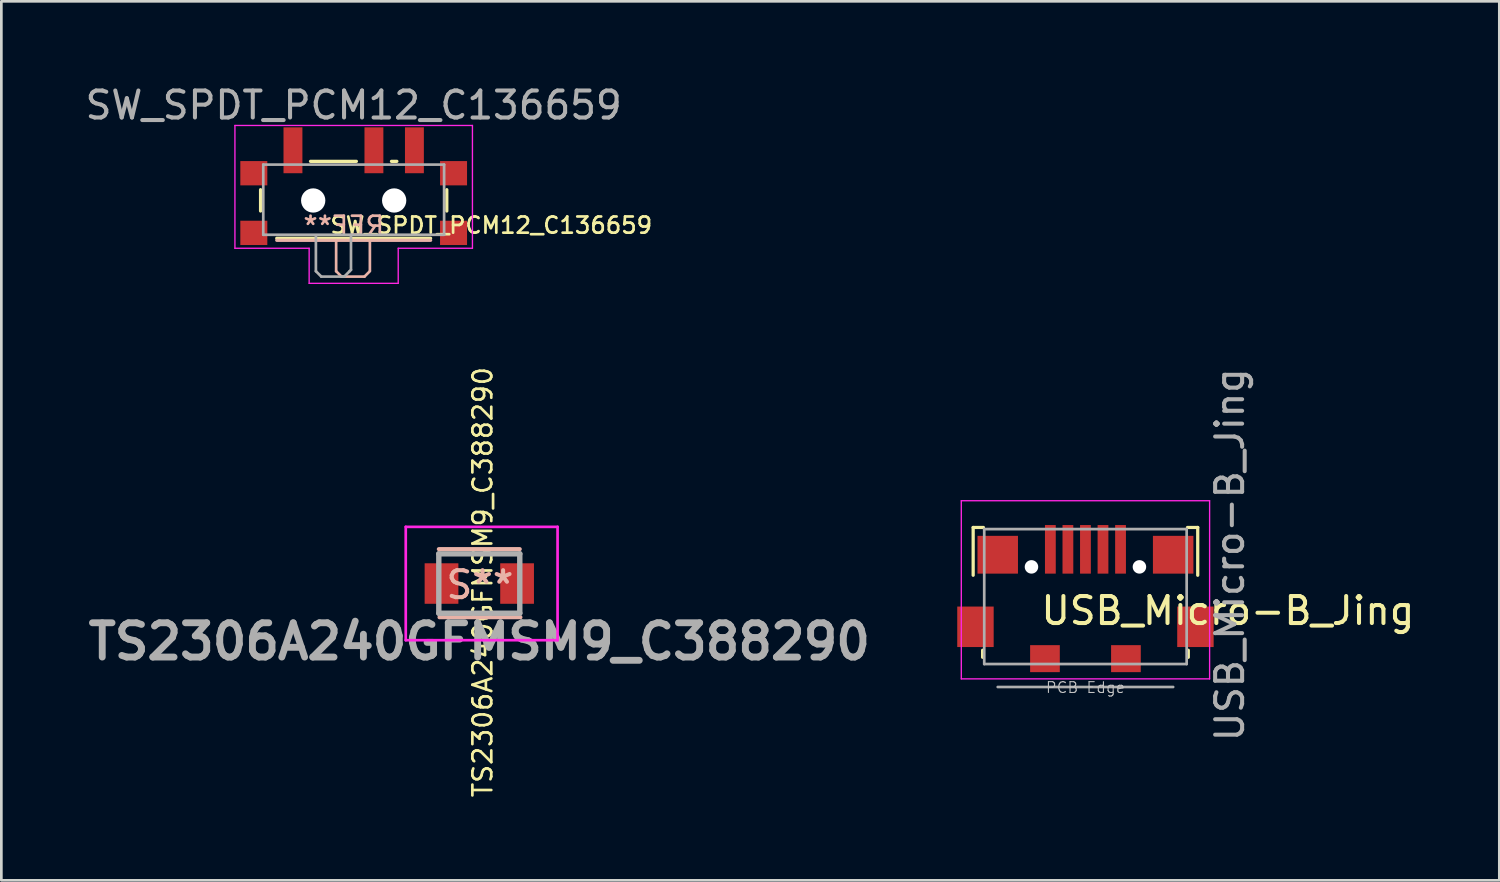
<source format=kicad_pcb>
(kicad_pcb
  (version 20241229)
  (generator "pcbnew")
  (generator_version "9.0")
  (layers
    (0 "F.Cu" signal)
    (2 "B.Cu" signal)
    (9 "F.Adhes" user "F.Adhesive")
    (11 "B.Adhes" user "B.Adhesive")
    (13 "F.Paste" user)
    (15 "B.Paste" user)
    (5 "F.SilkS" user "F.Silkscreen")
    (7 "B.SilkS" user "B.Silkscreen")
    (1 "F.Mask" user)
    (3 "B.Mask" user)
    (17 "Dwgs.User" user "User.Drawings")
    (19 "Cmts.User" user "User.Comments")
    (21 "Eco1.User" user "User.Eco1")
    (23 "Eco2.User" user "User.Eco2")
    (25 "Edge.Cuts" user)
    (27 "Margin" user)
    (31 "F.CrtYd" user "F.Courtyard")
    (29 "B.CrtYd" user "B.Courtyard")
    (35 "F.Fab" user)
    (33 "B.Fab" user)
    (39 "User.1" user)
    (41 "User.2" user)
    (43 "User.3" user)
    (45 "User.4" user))
  (footprint "TS2306A240GFMSM9_C388290"
    (layer "F.Cu")
    (at 14.708 18.57)
    (property "Reference" "TS2306A240GFMSM9_C388290" (at 0.125 -0.05 90) (unlocked yes) (layer "F.SilkS") (effects (font (size 0.7 0.7) (thickness 0.1))))
    (attr smd)
    (fp_line (start -1.5 -1.275) (end 1.5 -1.275) (stroke (width 0.15) (type solid)) (layer "B.SilkS"))
    (fp_line (start -1.475 1.25) (end 1.525 1.25) (stroke (width 0.15) (type solid)) (layer "B.SilkS"))
    (fp_line (start -2.725 -2.1) (end 2.9 -2.1) (stroke (width 0.1) (type solid)) (layer "F.CrtYd"))
    (fp_line (start -2.725 2.1) (end -2.725 -2.1) (stroke (width 0.1) (type solid)) (layer "F.CrtYd"))
    (fp_line (start 2.9 -2.1) (end 2.9 2.1) (stroke (width 0.1) (type solid)) (layer "F.CrtYd"))
    (fp_line (start 2.9 2.1) (end -2.725 2.1) (stroke (width 0.1) (type solid)) (layer "F.CrtYd"))
    (fp_line (start -1.5 -1.1) (end -1.5 1.1) (stroke (width 0.2) (type solid)) (layer "F.Fab"))
    (fp_line (start -1.5 1.1) (end 1.5 1.1) (stroke (width 0.2) (type solid)) (layer "F.Fab"))
    (fp_line (start 1.5 -1.1) (end -1.5 -1.1) (stroke (width 0.2) (type solid)) (layer "F.Fab"))
    (fp_line (start 1.5 1.1) (end 1.5 -1.1) (stroke (width 0.2) (type solid)) (layer "F.Fab"))
    (fp_text user "S**" (at 0.025 0.05 0) (layer "B.SilkS") (effects (font (size 1 1) (thickness 0.15))))
    (fp_text user "${REFERENCE}" (at 0 2.15 0) (layer "F.Fab") (effects (font (size 1.27 1.27) (thickness 0.254))))
    (pad "1" smd rect (at -1.4 0) (size 1.25 1.5) (layers "F.Cu" "F.Mask" "F.Paste"))
    (pad "2" smd rect (at 1.4 0) (size 1.25 1.5) (layers "F.Cu" "F.Mask" "F.Paste")))
  (footprint "SW_SPDT_PCM12_C136659"
    (layer "F.Cu")
    (at 10.054 4.348)
    (property "Reference" "SW_SPDT_PCM12_C136659" (at -0.925 0.95 0) (unlocked yes) (layer "F.SilkS") (effects (font (size 0.6 0.6) (thickness 0.1)) (justify left)))
    (attr smd)
    (fp_line (start -3.45 -0.37) (end -3.45 0.42) (stroke (width 0.12) (type solid)) (layer "F.SilkS"))
    (fp_line (start -2.85 1.43) (end 2.85 1.43) (stroke (width 0.12) (type solid)) (layer "F.SilkS"))
    (fp_line (start -1.6 -1.42) (end 0.1 -1.42) (stroke (width 0.12) (type solid)) (layer "F.SilkS"))
    (fp_line (start 1.4 -1.42) (end 1.6 -1.42) (stroke (width 0.12) (type solid)) (layer "F.SilkS"))
    (fp_line (start 3.45 0.42) (end 3.45 -0.37) (stroke (width 0.12) (type solid)) (layer "F.SilkS"))
    (fp_line (start -2.85 1.505) (end 2.85 1.505) (stroke (width 0.12) (type solid)) (layer "B.SilkS"))
    (fp_line (start -0.65 1.5) (end -0.65 2.65) (stroke (width 0.1) (type solid)) (layer "B.SilkS"))
    (fp_line (start -0.65 2.65) (end -0.45 2.85) (stroke (width 0.1) (type solid)) (layer "B.SilkS"))
    (fp_line (start -0.45 2.85) (end 0.4 2.85) (stroke (width 0.1) (type solid)) (layer "B.SilkS"))
    (fp_line (start 0.4 2.85) (end 0.6 2.65) (stroke (width 0.1) (type solid)) (layer "B.SilkS"))
    (fp_line (start 0.6 2.625) (end 0.6 1.5) (stroke (width 0.1) (type solid)) (layer "B.SilkS"))
    (fp_line (start -4.4 -2.75) (end 4.4 -2.75) (stroke (width 0.05) (type solid)) (layer "F.CrtYd"))
    (fp_line (start -4.4 1.8) (end -4.4 -2.75) (stroke (width 0.05) (type solid)) (layer "F.CrtYd"))
    (fp_line (start -1.65 1.8) (end -4.4 1.8) (stroke (width 0.05) (type solid)) (layer "F.CrtYd"))
    (fp_line (start -1.65 3.1) (end -1.65 1.8) (stroke (width 0.05) (type solid)) (layer "F.CrtYd"))
    (fp_line (start 1.65 1.8) (end 1.65 3.1) (stroke (width 0.05) (type solid)) (layer "F.CrtYd"))
    (fp_line (start 1.65 3.1) (end -1.65 3.1) (stroke (width 0.05) (type solid)) (layer "F.CrtYd"))
    (fp_line (start 4.4 -2.75) (end 4.4 1.8) (stroke (width 0.05) (type solid)) (layer "F.CrtYd"))
    (fp_line (start 4.4 1.8) (end 1.65 1.8) (stroke (width 0.05) (type solid)) (layer "F.CrtYd"))
    (fp_line (start -3.35 -1.3) (end -3.35 1.3) (stroke (width 0.1) (type solid)) (layer "F.Fab"))
    (fp_line (start -3.35 1.3) (end 3.35 1.3) (stroke (width 0.1) (type solid)) (layer "F.Fab"))
    (fp_line (start -1.4 1.35) (end -1.4 2.65) (stroke (width 0.1) (type solid)) (layer "F.Fab"))
    (fp_line (start -1.4 2.65) (end -1.2 2.85) (stroke (width 0.1) (type solid)) (layer "F.Fab"))
    (fp_line (start -1.2 2.85) (end -0.35 2.85) (stroke (width 0.1) (type solid)) (layer "F.Fab"))
    (fp_line (start -0.35 2.85) (end -0.15 2.65) (stroke (width 0.1) (type solid)) (layer "F.Fab"))
    (fp_line (start -0.15 2.65) (end -0.1 2.6) (stroke (width 0.1) (type solid)) (layer "F.Fab"))
    (fp_line (start -0.1 2.6) (end -0.1 1.3) (stroke (width 0.1) (type solid)) (layer "F.Fab"))
    (fp_line (start 3.35 -1.3) (end -3.35 -1.3) (stroke (width 0.1) (type solid)) (layer "F.Fab"))
    (fp_line (start 3.35 1.3) (end 3.35 -1.3) (stroke (width 0.1) (type solid)) (layer "F.Fab"))
    (fp_text user "REF**" (at 1.2 0.975 0) (unlocked yes) (layer "B.SilkS") (effects (font (size 0.7 0.7) (thickness 0.1)) (justify left mirror)))
    (fp_text user "${REFERENCE}" (at 0 -3.5 0) (layer "F.Fab") (effects (font (size 1 1) (thickness 0.15))))
    (pad "" smd rect (at -3.7 -0.98) (size 1 0.9) (layers "F.Cu" "F.Mask" "F.Paste"))
    (pad "" smd rect (at -3.7 1.23) (size 1 0.9) (layers "F.Cu" "F.Mask" "F.Paste"))
    (pad "" np_thru_hole circle (at -1.5 0.03) (size 0.9 0.9) (drill 0.9) (layers "*.Cu" "*.Mask"))
    (pad "" np_thru_hole circle (at 1.5 0.03) (size 0.9 0.9) (drill 0.9) (layers "*.Cu" "*.Mask"))
    (pad "" smd rect (at 3.7 -0.98) (size 1 0.9) (layers "F.Cu" "F.Mask" "F.Paste"))
    (pad "" smd rect (at 3.7 1.23) (size 1 0.9) (layers "F.Cu" "F.Mask" "F.Paste"))
    (pad "1" smd rect (at -2.25 -1.83) (size 0.7 1.7) (layers "F.Cu" "F.Mask" "F.Paste"))
    (pad "2" smd rect (at 0.75 -1.83) (size 0.7 1.7) (layers "F.Cu" "F.Mask" "F.Paste"))
    (pad "3" smd rect (at 2.25 -1.83) (size 0.7 1.7) (layers "F.Cu" "F.Mask" "F.Paste")))
  (footprint "USB_Micro-B_Jing"
    (layer "F.Cu")
    (at 37.166 19.403)
    (property "Reference" "USB_Micro-B_Jing" (at -1.725 0.175 0) (unlocked yes) (layer "F.SilkS") (effects (font (size 1 1) (thickness 0.15)) (justify left)))
    (attr smd)
    (fp_line (start -4.16 -2.91) (end -3.78 -2.91) (stroke (width 0.12) (type solid)) (layer "F.SilkS"))
    (fp_line (start -4.16 -1.14) (end -4.16 -2.91) (stroke (width 0.12) (type solid)) (layer "F.SilkS"))
    (fp_line (start -3.81 1.9) (end -3.81 1.64) (stroke (width 0.12) (type solid)) (layer "F.SilkS"))
    (fp_line (start 3.81 1.64) (end 3.81 1.9) (stroke (width 0.12) (type solid)) (layer "F.SilkS"))
    (fp_line (start 4.16 -2.91) (end 3.78 -2.91) (stroke (width 0.12) (type solid)) (layer "F.SilkS"))
    (fp_line (start 4.16 -2.91) (end 4.16 -1.14) (stroke (width 0.12) (type solid)) (layer "F.SilkS"))
    (fp_line (start -4.6 -3.9) (end 4.6 -3.9) (stroke (width 0.05) (type solid)) (layer "F.CrtYd"))
    (fp_line (start -4.6 2.7) (end -4.6 -3.9) (stroke (width 0.05) (type solid)) (layer "F.CrtYd"))
    (fp_line (start 4.6 -3.9) (end 4.6 2.7) (stroke (width 0.05) (type solid)) (layer "F.CrtYd"))
    (fp_line (start 4.6 2.7) (end -4.6 2.7) (stroke (width 0.05) (type solid)) (layer "F.CrtYd"))
    (fp_line (start -3.75 -2.85) (end 3.75 -2.85) (stroke (width 0.1) (type solid)) (layer "F.Fab"))
    (fp_line (start -3.75 2.15) (end -3.75 -2.85) (stroke (width 0.1) (type solid)) (layer "F.Fab"))
    (fp_line (start -3.25 3) (end 3.25 3) (stroke (width 0.1) (type solid)) (layer "F.Fab"))
    (fp_line (start 3.75 -2.85) (end 3.75 2.15) (stroke (width 0.1) (type solid)) (layer "F.Fab"))
    (fp_line (start 3.75 2.15) (end -3.75 2.15) (stroke (width 0.1) (type solid)) (layer "F.Fab"))
    (fp_text user "PCB Edge" (at 0 3.02 180) (layer "Dwgs.User") (effects (font (size 0.4 0.4) (thickness 0.04))))
    (fp_text user "${REFERENCE}" (at 5.35 -1.9 90) (layer "F.Fab") (effects (font (size 1 1) (thickness 0.15))))
    (pad "" np_thru_hole circle (at -2 -1.45) (size 0.5 0.5) (drill 0.5) (layers "*.Cu" "*.Mask"))
    (pad "" np_thru_hole circle (at 2 -1.45) (size 0.5 0.5) (drill 0.5) (layers "*.Cu" "*.Mask"))
    (pad "1" smd rect (at -1.3 -2.1) (size 0.4 1.8) (layers "F.Cu" "F.Mask" "F.Paste"))
    (pad "2" smd rect (at -0.65 -2.1) (size 0.4 1.8) (layers "F.Cu" "F.Mask" "F.Paste"))
    (pad "3" smd rect (at 0 -2.1) (size 0.4 1.8) (layers "F.Cu" "F.Mask" "F.Paste"))
    (pad "4" smd rect (at 0.65 -2.1) (size 0.4 1.8) (layers "F.Cu" "F.Mask" "F.Paste"))
    (pad "5" smd rect (at 1.3 -2.1) (size 0.4 1.8) (layers "F.Cu" "F.Mask" "F.Paste"))
    (pad "6" smd rect (at -4.075 0.77) (size 1.35 1.5) (layers "F.Cu" "F.Mask" "F.Paste"))
    (pad "6" smd rect (at -3.25 -1.9) (size 1.5 1.4) (layers "F.Cu" "F.Mask" "F.Paste"))
    (pad "6" smd rect (at -1.5 1.95) (size 1.1 1) (layers "F.Cu" "F.Mask" "F.Paste"))
    (pad "6" smd rect (at 1.5 1.95) (size 1.1 1) (layers "F.Cu" "F.Mask" "F.Paste"))
    (pad "6" smd rect (at 3.25 -1.9) (size 1.5 1.4) (layers "F.Cu" "F.Mask" "F.Paste"))
    (pad "6" smd rect (at 4.075 0.77) (size 1.35 1.5) (layers "F.Cu" "F.Mask" "F.Paste")))
  (gr_rect
    (start -3 -3)
    (end 52.5 29.567)
    (stroke (width 0.1) (type default))
    (fill no)
    (layer "Edge.Cuts")))
</source>
